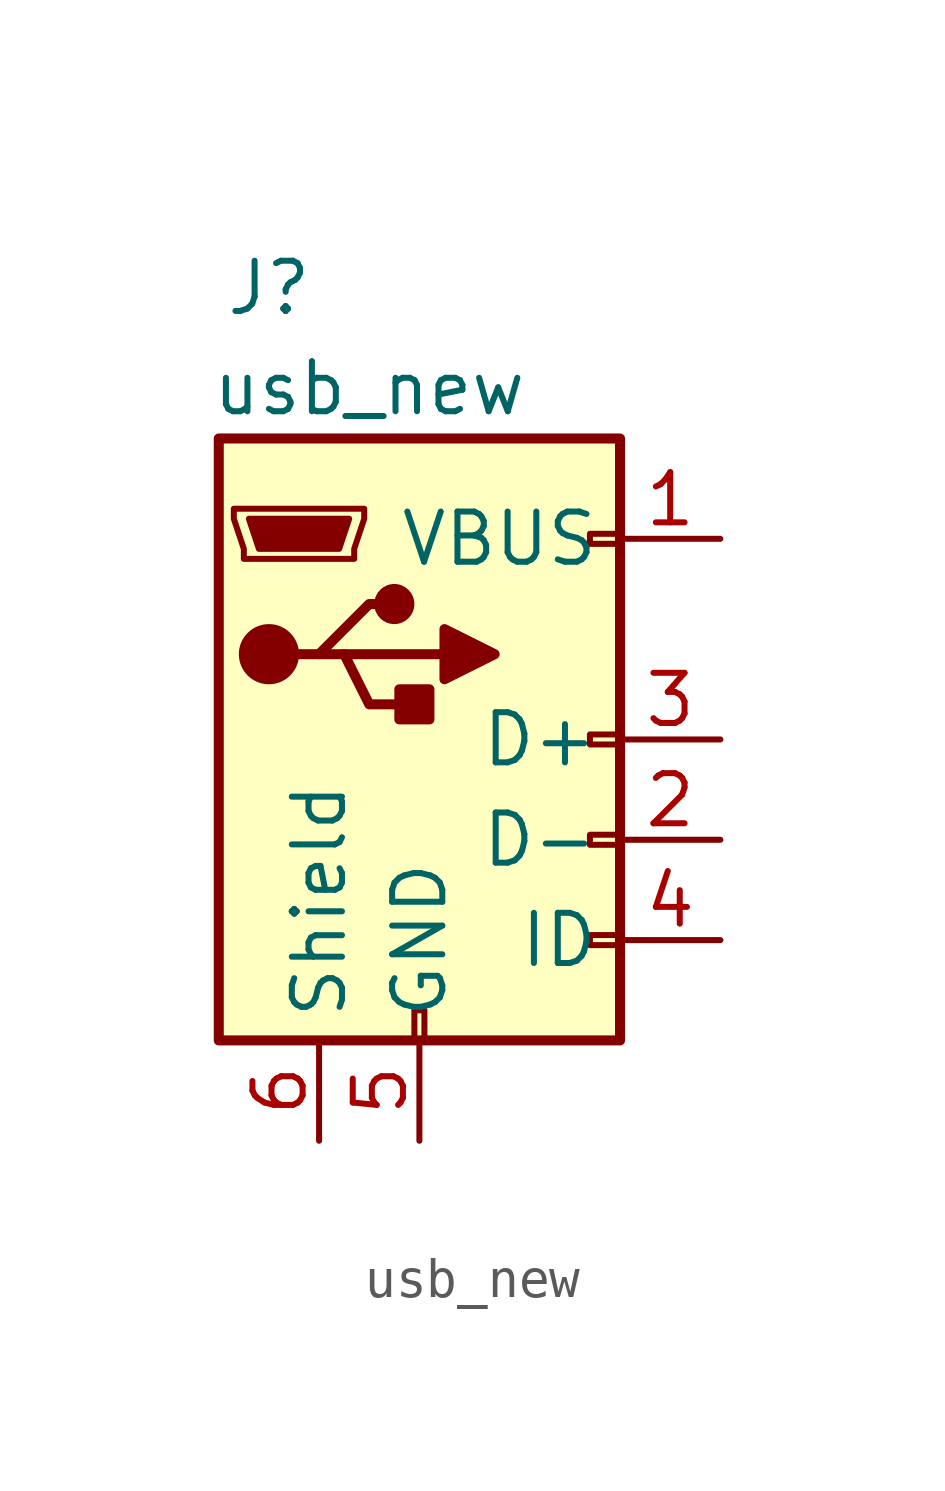
<source format=kicad_sym>
(kicad_symbol_lib
  (version 20211014)
  (generator kicad_symbol_editor)
  (symbol "usb_new"
    (property "Reference" "J"
      (at -3.81 11.43 0)
      (effects (font (size 1.27 1.27))))
    (property "Value" "usb_new"
      (at -1.27 8.89 0)
      (effects (font (size 1.27 1.27))))
    (symbol "usb_new_0_1"
      (rectangle (start -5.08 -7.62) (end 5.08 7.62) (stroke (width 0.254) (type default) (color 0 0 0 0)) (fill (type background)))
      (circle (center -3.81 2.159) (radius 0.635) (stroke (width 0.254) (type default) (color 0 0 0 0)) (fill (type outline)))
      (circle (center -0.635 3.429) (radius 0.381) (stroke (width 0.254) (type default) (color 0 0 0 0)) (fill (type outline)))
      (rectangle (start -0.127 -7.62) (end 0.127 -6.858) (stroke (width 0) (type default) (color 0 0 0 0)) (fill (type none)))
      (polyline (pts (xy -1.905 2.159) (xy 0.635 2.159)) (stroke (width 0.254) (type default) (color 0 0 0 0)) (fill (type none)))
      (polyline (pts (xy -3.175 2.159) (xy -2.54 2.159) (xy -1.27 3.429) (xy -0.635 3.429)) (stroke (width 0.254) (type default) (color 0 0 0 0)) (fill (type none)))
      (polyline (pts (xy -2.54 2.159) (xy -1.905 2.159) (xy -1.27 0.889) (xy 0 0.889)) (stroke (width 0.254) (type default) (color 0 0 0 0)) (fill (type none)))
      (polyline (pts (xy 0.635 2.794) (xy 0.635 1.524) (xy 1.905 2.159) (xy 0.635 2.794)) (stroke (width 0.254) (type default) (color 0 0 0 0)) (fill (type outline)))
      (polyline (pts (xy -4.318 5.588) (xy -1.778 5.588) (xy -2.032 4.826) (xy -4.064 4.826) (xy -4.318 5.588)) (stroke (width 0) (type default) (color 0 0 0 0)) (fill (type outline)))
      (polyline (pts (xy -4.699 5.842) (xy -4.699 5.588) (xy -4.445 4.826) (xy -4.445 4.572) (xy -1.651 4.572) (xy -1.651 4.826) (xy -1.397 5.588) (xy -1.397 5.842) (xy -4.699 5.842)) (stroke (width 0) (type default) (color 0 0 0 0)) (fill (type none)))
      (rectangle (start 0.254 1.27) (end -0.508 0.508) (stroke (width 0.254) (type default) (color 0 0 0 0)) (fill (type outline)))
      (rectangle (start 5.08 -5.207) (end 4.318 -4.953) (stroke (width 0) (type default) (color 0 0 0 0)) (fill (type none)))
      (rectangle (start 5.08 -2.667) (end 4.318 -2.413) (stroke (width 0) (type default) (color 0 0 0 0)) (fill (type none)))
      (rectangle (start 5.08 -0.127) (end 4.318 0.127) (stroke (width 0) (type default) (color 0 0 0 0)) (fill (type none)))
      (rectangle (start 5.08 4.953) (end 4.318 5.207) (stroke (width 0) (type default) (color 0 0 0 0)) (fill (type none))))
    (symbol "usb_new_1_1"
      (pin passive line (at 7.62 5.08 180) (length 2.54) (name "VBUS" (effects (font (size 1.27 1.27)))) (number "1" (effects (font (size 1.27 1.27)))))
      (pin bidirectional line (at 7.62 -2.54 180) (length 2.54) (name "D-" (effects (font (size 1.27 1.27)))) (number "2" (effects (font (size 1.27 1.27)))))
      (pin bidirectional line (at 7.62 0 180) (length 2.54) (name "D+" (effects (font (size 1.27 1.27)))) (number "3" (effects (font (size 1.27 1.27)))))
      (pin passive line (at 7.62 -5.08 180) (length 2.54) (name "ID" (effects (font (size 1.27 1.27)))) (number "4" (effects (font (size 1.27 1.27)))))
      (pin passive line (at 0 -10.16 90) (length 2.54) (name "GND" (effects (font (size 1.27 1.27)))) (number "5" (effects (font (size 1.27 1.27)))))
      (pin passive line (at -2.54 -10.16 90) (length 2.54) (name "Shield" (effects (font (size 1.27 1.27)))) (number "6" (effects (font (size 1.27 1.27))))))))
</source>
